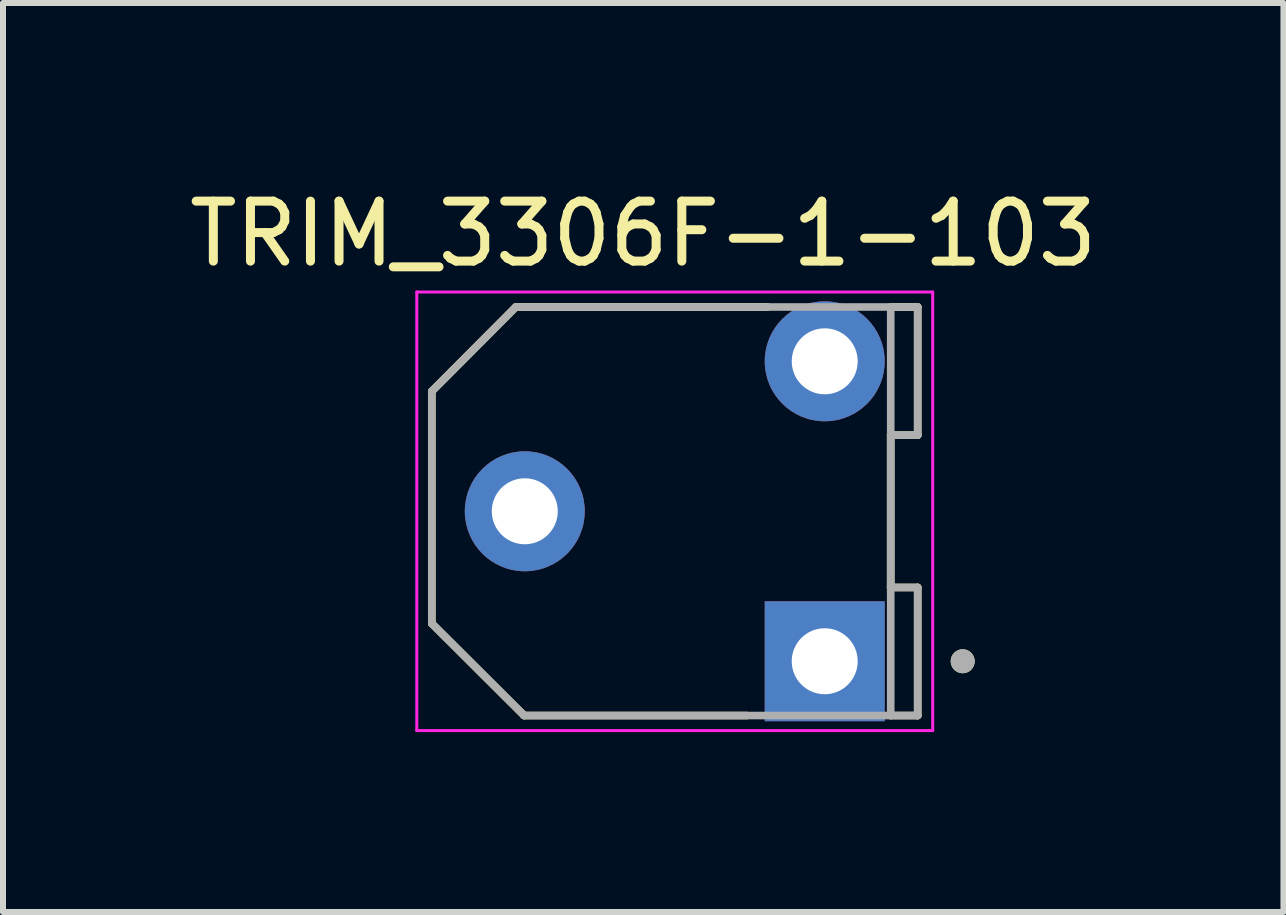
<source format=kicad_pcb>
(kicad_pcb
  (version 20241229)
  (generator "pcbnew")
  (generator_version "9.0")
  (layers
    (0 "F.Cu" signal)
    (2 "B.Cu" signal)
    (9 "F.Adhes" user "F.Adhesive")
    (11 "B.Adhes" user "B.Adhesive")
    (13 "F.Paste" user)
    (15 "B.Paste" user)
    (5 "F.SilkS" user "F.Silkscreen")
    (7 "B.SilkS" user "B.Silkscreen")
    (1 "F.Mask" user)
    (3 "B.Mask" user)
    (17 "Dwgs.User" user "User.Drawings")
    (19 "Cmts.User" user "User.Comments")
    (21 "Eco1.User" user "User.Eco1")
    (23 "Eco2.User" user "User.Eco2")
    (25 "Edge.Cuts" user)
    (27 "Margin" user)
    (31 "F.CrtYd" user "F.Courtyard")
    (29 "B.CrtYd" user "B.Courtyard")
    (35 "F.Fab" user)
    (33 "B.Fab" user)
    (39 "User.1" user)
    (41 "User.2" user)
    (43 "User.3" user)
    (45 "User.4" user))
  (footprint "TRIM_3306F-1-103"
    (layer "F.Cu")
    (at 8.198 5.473)
    (property "Reference" "TRIM_3306F-1-103" (at -0.525 -4.625 0) (layer "F.SilkS") (effects (font (size 1 1) (thickness 0.15))))
    (attr through_hole)
    (fp_line (start -4.05 -2) (end -4.05 1.87) (stroke (width 0.127) (type solid)) (layer "F.SilkS"))
    (fp_line (start -4.05 1.87) (end -2.51 3.405) (stroke (width 0.127) (type solid)) (layer "F.SilkS"))
    (fp_line (start -2.65 -3.405) (end -4.05 -2) (stroke (width 0.127) (type solid)) (layer "F.SilkS"))
    (fp_line (start -2.51 3.405) (end 1.2 3.405) (stroke (width 0.127) (type solid)) (layer "F.SilkS"))
    (fp_line (start 1.55 -3.405) (end -2.65 -3.405) (stroke (width 0.127) (type solid)) (layer "F.SilkS"))
    (fp_line (start 3.6 -3.405) (end 4.05 -3.405) (stroke (width 0.127) (type solid)) (layer "F.SilkS"))
    (fp_line (start 3.6 -1.27) (end 3.6 1.27) (stroke (width 0.127) (type solid)) (layer "F.SilkS"))
    (fp_line (start 3.6 1.27) (end 4.05 1.27) (stroke (width 0.127) (type solid)) (layer "F.SilkS"))
    (fp_line (start 3.6 1.28) (end 3.6 1.27) (stroke (width 0.127) (type solid)) (layer "F.SilkS"))
    (fp_line (start 4.05 -3.405) (end 4.05 -1.27) (stroke (width 0.127) (type solid)) (layer "F.SilkS"))
    (fp_line (start 4.05 -1.27) (end 3.6 -1.27) (stroke (width 0.127) (type solid)) (layer "F.SilkS"))
    (fp_line (start 4.05 1.27) (end 4.05 3.405) (stroke (width 0.127) (type solid)) (layer "F.SilkS"))
    (fp_line (start 4.05 3.405) (end 3.6 3.405) (stroke (width 0.127) (type solid)) (layer "F.SilkS"))
    (fp_circle (center 4.8 2.5) (end 4.9 2.5) (stroke (width 0.2) (type solid)) (fill no) (layer "F.SilkS"))
    (fp_line (start -4.3 -3.655) (end 4.3 -3.655) (stroke (width 0.05) (type solid)) (layer "F.CrtYd"))
    (fp_line (start -4.3 3.655) (end -4.3 -3.655) (stroke (width 0.05) (type solid)) (layer "F.CrtYd"))
    (fp_line (start 4.3 -3.655) (end 4.3 3.655) (stroke (width 0.05) (type solid)) (layer "F.CrtYd"))
    (fp_line (start 4.3 3.655) (end -4.3 3.655) (stroke (width 0.05) (type solid)) (layer "F.CrtYd"))
    (fp_line (start -4.05 -2) (end -4.05 1.87) (stroke (width 0.127) (type solid)) (layer "F.Fab"))
    (fp_line (start -4.05 1.87) (end -2.51 3.405) (stroke (width 0.127) (type solid)) (layer "F.Fab"))
    (fp_line (start -2.65 -3.405) (end -4.05 -2) (stroke (width 0.127) (type solid)) (layer "F.Fab"))
    (fp_line (start -2.51 3.405) (end 3.6 3.405) (stroke (width 0.127) (type solid)) (layer "F.Fab"))
    (fp_line (start 3.6 -3.405) (end -2.65 -3.405) (stroke (width 0.127) (type solid)) (layer "F.Fab"))
    (fp_line (start 3.6 -3.405) (end 4.05 -3.405) (stroke (width 0.127) (type solid)) (layer "F.Fab"))
    (fp_line (start 3.6 -1.27) (end 3.6 -3.405) (stroke (width 0.127) (type solid)) (layer "F.Fab"))
    (fp_line (start 3.6 1.27) (end 3.6 -1.27) (stroke (width 0.127) (type solid)) (layer "F.Fab"))
    (fp_line (start 3.6 1.27) (end 4.05 1.27) (stroke (width 0.127) (type solid)) (layer "F.Fab"))
    (fp_line (start 3.6 3.405) (end 3.6 1.27) (stroke (width 0.127) (type solid)) (layer "F.Fab"))
    (fp_line (start 4.05 -3.405) (end 4.05 -1.27) (stroke (width 0.127) (type solid)) (layer "F.Fab"))
    (fp_line (start 4.05 -1.27) (end 3.6 -1.27) (stroke (width 0.127) (type solid)) (layer "F.Fab"))
    (fp_line (start 4.05 1.27) (end 4.05 3.405) (stroke (width 0.127) (type solid)) (layer "F.Fab"))
    (fp_line (start 4.05 3.405) (end 3.6 3.405) (stroke (width 0.127) (type solid)) (layer "F.Fab"))
    (fp_circle (center 4.8 2.5) (end 4.9 2.5) (stroke (width 0.2) (type solid)) (fill no) (layer "F.Fab"))
    (pad "1" thru_hole rect (at 2.5 2.5) (size 2 2) (drill 1.1) (layers "*.Cu" "*.Mask"))
    (pad "2" thru_hole circle (at -2.5 0) (size 2 2) (drill 1.1) (layers "*.Cu" "*.Mask"))
    (pad "3" thru_hole circle (at 2.5 -2.5) (size 2 2) (drill 1.1) (layers "*.Cu" "*.Mask")))
  (gr_rect
    (start -3 -3)
    (end 18.345 12.153)
    (stroke (width 0.1) (type default))
    (fill no)
    (layer "Edge.Cuts")))
</source>
